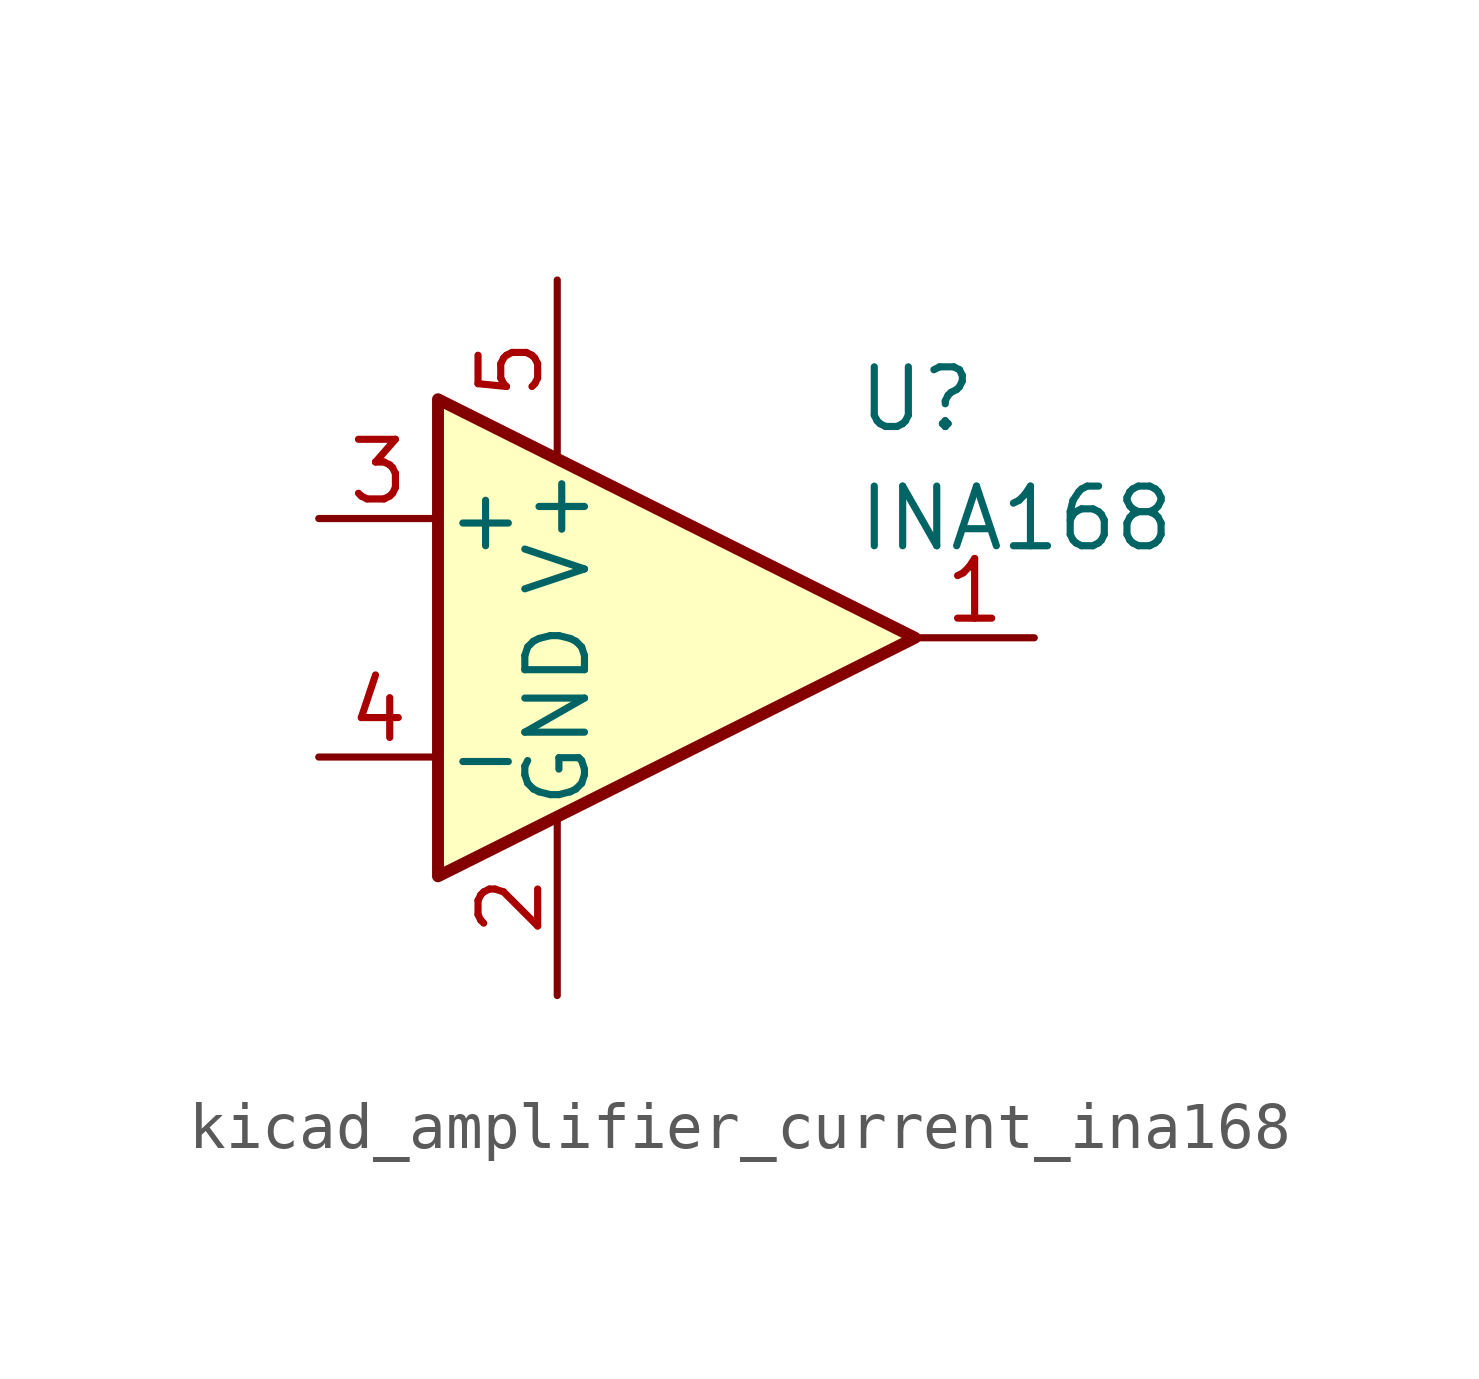
<source format=kicad_sym>
(kicad_symbol_lib
  (version 20220914)
  (generator kicad_symbol_editor)
  (symbol "kicad_amplifier_current_ina168"
    (pin_names
      (offset 0.127))
    (property "Reference" "U"
      (at 3.81 5.08 0)
      (effects (font (size 1.27 1.27)) (justify left)))
    (property "Value" "INA168"
      (at 3.81 2.54 0)
      (effects (font (size 1.27 1.27)) (justify left)))
    (symbol "kicad_amplifier_current_ina168_0_1"
      (polyline (pts (xy -5.08 5.08) (xy 5.08 0) (xy -5.08 -5.08) (xy -5.08 5.08)) (stroke (width 0.254) (type default)) (fill (type background))))
    (symbol "kicad_amplifier_current_ina168_1_1"
      (pin output line (at 7.62 0 180) (length 2.54) (name "~" (effects (font (size 1.27 1.27)))) (number "1" (effects (font (size 1.27 1.27)))))
      (pin power_in line (at -2.54 -7.62 90) (length 3.81) (name "GND" (effects (font (size 1.27 1.27)))) (number "2" (effects (font (size 1.27 1.27)))))
      (pin input line (at -7.62 2.54 0) (length 2.54) (name "+" (effects (font (size 1.27 1.27)))) (number "3" (effects (font (size 1.27 1.27)))))
      (pin input line (at -7.62 -2.54 0) (length 2.54) (name "-" (effects (font (size 1.27 1.27)))) (number "4" (effects (font (size 1.27 1.27)))))
      (pin power_in line (at -2.54 7.62 270) (length 3.81) (name "V+" (effects (font (size 1.27 1.27)))) (number "5" (effects (font (size 1.27 1.27))))))))
</source>
